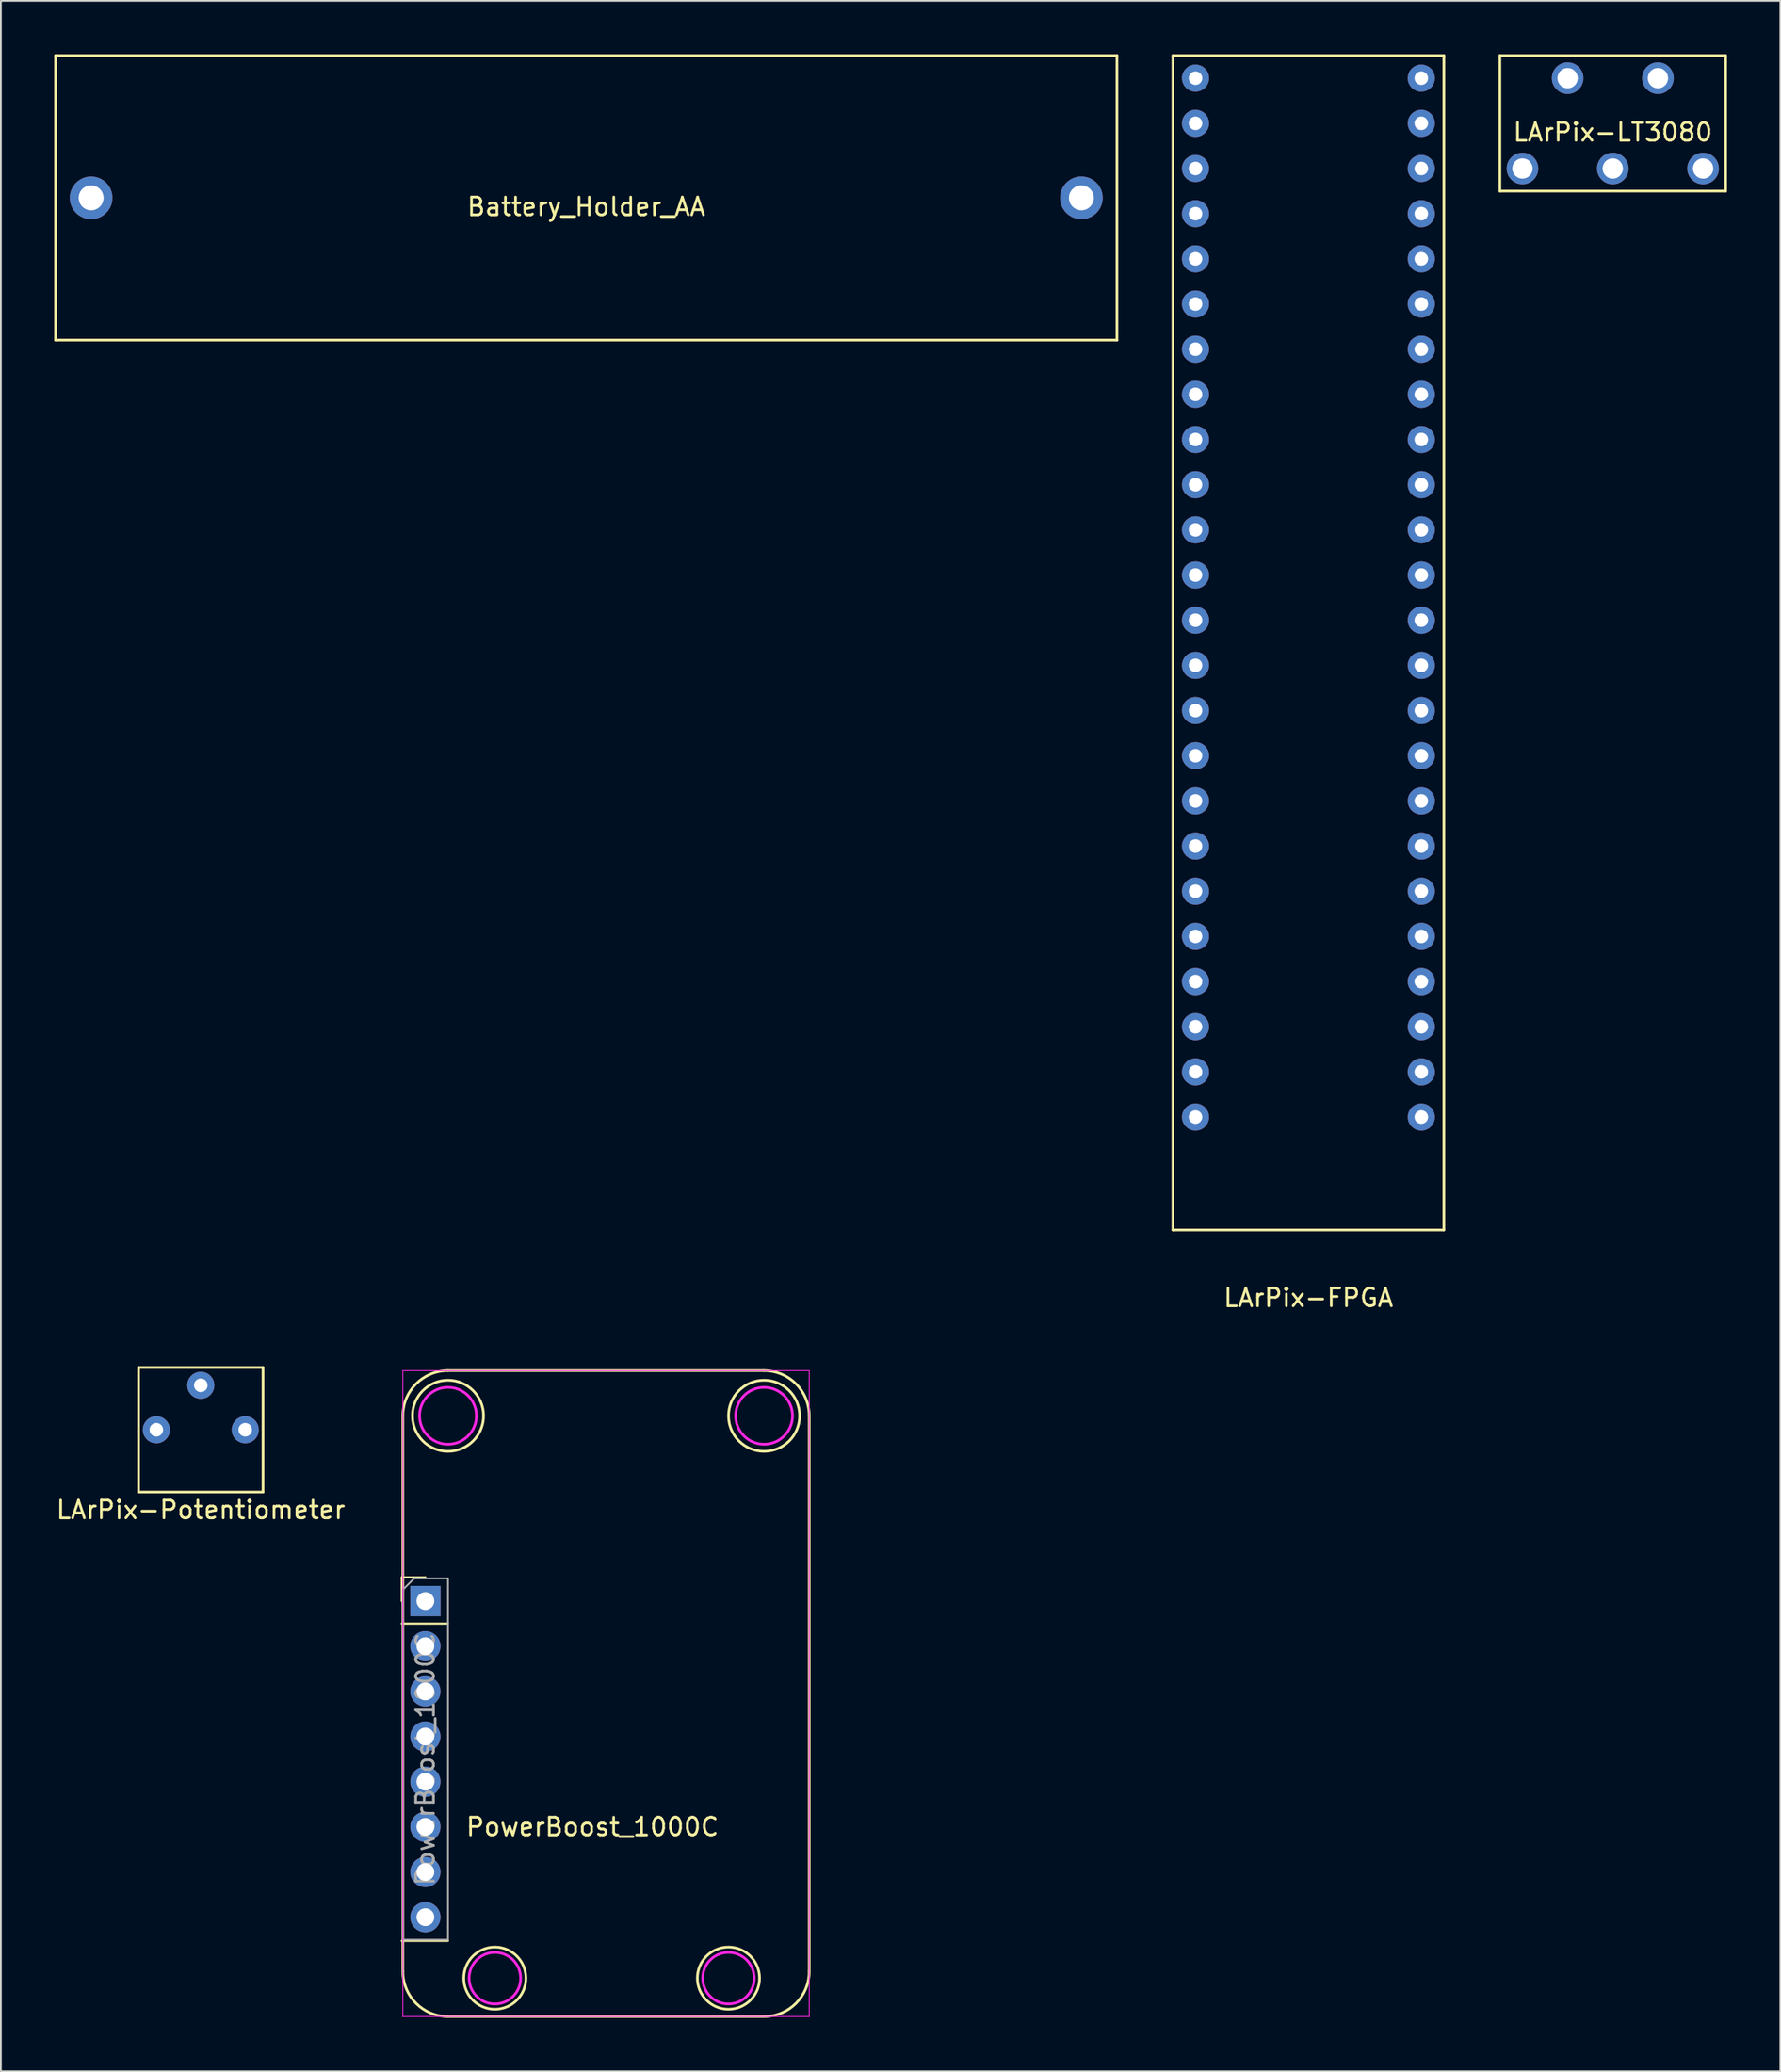
<source format=kicad_pcb>
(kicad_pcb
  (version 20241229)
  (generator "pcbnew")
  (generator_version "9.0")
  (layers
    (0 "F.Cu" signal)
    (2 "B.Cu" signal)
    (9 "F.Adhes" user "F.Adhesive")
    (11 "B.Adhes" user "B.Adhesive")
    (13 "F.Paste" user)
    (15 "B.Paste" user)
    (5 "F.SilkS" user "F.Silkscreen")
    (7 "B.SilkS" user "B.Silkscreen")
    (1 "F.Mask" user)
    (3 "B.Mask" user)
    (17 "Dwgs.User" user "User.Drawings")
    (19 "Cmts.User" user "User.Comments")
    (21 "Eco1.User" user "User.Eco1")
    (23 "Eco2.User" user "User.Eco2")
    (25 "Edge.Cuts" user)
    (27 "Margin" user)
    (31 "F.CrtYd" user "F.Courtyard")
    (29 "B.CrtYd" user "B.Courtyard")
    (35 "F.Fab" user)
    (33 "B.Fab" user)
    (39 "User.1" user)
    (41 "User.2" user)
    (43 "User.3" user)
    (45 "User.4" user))
  (footprint "LArPix-Potentiometer"
    (layer "F.Cu")
    (at 8.244 77.348)
    (property "Reference" "LArPix-Potentiometer" (at 0 4.5 0) (layer "F.SilkS") (effects (font (size 1 1) (thickness 0.15))))
    (attr through_hole)
    (fp_line (start -3.5 -3.5) (end 3.5 -3.5) (stroke (width 0.15) (type solid)) (layer "F.SilkS"))
    (fp_line (start -3.5 3.5) (end -3.5 -3.5) (stroke (width 0.15) (type solid)) (layer "F.SilkS"))
    (fp_line (start 3.5 -3.5) (end 3.5 3.5) (stroke (width 0.15) (type solid)) (layer "F.SilkS"))
    (fp_line (start 3.5 3.5) (end -3.5 3.5) (stroke (width 0.15) (type solid)) (layer "F.SilkS"))
    (pad "1" thru_hole circle (at -2.5 0) (size 1.524 1.524) (drill 0.762) (layers "*.Cu" "*.Mask"))
    (pad "2" thru_hole circle (at 0 -2.5) (size 1.524 1.524) (drill 0.762) (layers "*.Cu" "*.Mask"))
    (pad "3" thru_hole circle (at 2.5 0) (size 1.524 1.524) (drill 0.762) (layers "*.Cu" "*.Mask")))
  (footprint "LArPix-FPGA"
    (layer "F.Cu")
    (at 70.545 30.555)
    (property "Reference" "LArPix-FPGA" (at 0 39.37 0) (layer "F.SilkS") (effects (font (size 1 1) (thickness 0.15))))
    (attr through_hole)
    (fp_line (start -7.62 -30.48) (end 7.62 -30.48) (stroke (width 0.15) (type solid)) (layer "F.SilkS"))
    (fp_line (start -7.62 35.56) (end -7.62 -30.48) (stroke (width 0.15) (type solid)) (layer "F.SilkS"))
    (fp_line (start 7.62 -30.48) (end 7.62 35.56) (stroke (width 0.15) (type solid)) (layer "F.SilkS"))
    (fp_line (start 7.62 35.56) (end -7.62 35.56) (stroke (width 0.15) (type solid)) (layer "F.SilkS"))
    (pad "1" thru_hole circle (at 6.35 29.21) (size 1.524 1.524) (drill 0.762) (layers "*.Cu" "*.Mask"))
    (pad "2" thru_hole circle (at 6.35 26.67) (size 1.524 1.524) (drill 0.762) (layers "*.Cu" "*.Mask"))
    (pad "3" thru_hole circle (at 6.35 24.13) (size 1.524 1.524) (drill 0.762) (layers "*.Cu" "*.Mask"))
    (pad "4" thru_hole circle (at 6.35 21.59) (size 1.524 1.524) (drill 0.762) (layers "*.Cu" "*.Mask"))
    (pad "5" thru_hole circle (at 6.35 19.05) (size 1.524 1.524) (drill 0.762) (layers "*.Cu" "*.Mask"))
    (pad "6" thru_hole circle (at 6.35 16.51) (size 1.524 1.524) (drill 0.762) (layers "*.Cu" "*.Mask"))
    (pad "7" thru_hole circle (at 6.35 13.97) (size 1.524 1.524) (drill 0.762) (layers "*.Cu" "*.Mask"))
    (pad "8" thru_hole circle (at 6.35 11.43) (size 1.524 1.524) (drill 0.762) (layers "*.Cu" "*.Mask"))
    (pad "9" thru_hole circle (at 6.35 8.89) (size 1.524 1.524) (drill 0.762) (layers "*.Cu" "*.Mask"))
    (pad "10" thru_hole circle (at 6.35 6.35) (size 1.524 1.524) (drill 0.762) (layers "*.Cu" "*.Mask"))
    (pad "11" thru_hole circle (at 6.35 3.81) (size 1.524 1.524) (drill 0.762) (layers "*.Cu" "*.Mask"))
    (pad "12" thru_hole circle (at 6.35 1.27) (size 1.524 1.524) (drill 0.762) (layers "*.Cu" "*.Mask"))
    (pad "13" thru_hole circle (at 6.35 -1.27) (size 1.524 1.524) (drill 0.762) (layers "*.Cu" "*.Mask"))
    (pad "14" thru_hole circle (at 6.35 -3.81) (size 1.524 1.524) (drill 0.762) (layers "*.Cu" "*.Mask"))
    (pad "15" thru_hole circle (at 6.35 -6.35) (size 1.524 1.524) (drill 0.762) (layers "*.Cu" "*.Mask"))
    (pad "16" thru_hole circle (at 6.35 -8.89) (size 1.524 1.524) (drill 0.762) (layers "*.Cu" "*.Mask"))
    (pad "17" thru_hole circle (at 6.35 -11.43) (size 1.524 1.524) (drill 0.762) (layers "*.Cu" "*.Mask"))
    (pad "18" thru_hole circle (at 6.35 -13.97) (size 1.524 1.524) (drill 0.762) (layers "*.Cu" "*.Mask"))
    (pad "19" thru_hole circle (at 6.35 -16.51) (size 1.524 1.524) (drill 0.762) (layers "*.Cu" "*.Mask"))
    (pad "20" thru_hole circle (at 6.35 -19.05) (size 1.524 1.524) (drill 0.762) (layers "*.Cu" "*.Mask"))
    (pad "21" thru_hole circle (at 6.35 -21.59) (size 1.524 1.524) (drill 0.762) (layers "*.Cu" "*.Mask"))
    (pad "22" thru_hole circle (at 6.35 -24.13) (size 1.524 1.524) (drill 0.762) (layers "*.Cu" "*.Mask"))
    (pad "23" thru_hole circle (at 6.35 -26.67) (size 1.524 1.524) (drill 0.762) (layers "*.Cu" "*.Mask"))
    (pad "24" thru_hole circle (at 6.35 -29.21) (size 1.524 1.524) (drill 0.762) (layers "*.Cu" "*.Mask"))
    (pad "25" thru_hole circle (at -6.35 -29.21) (size 1.524 1.524) (drill 0.762) (layers "*.Cu" "*.Mask"))
    (pad "26" thru_hole circle (at -6.35 -26.67) (size 1.524 1.524) (drill 0.762) (layers "*.Cu" "*.Mask"))
    (pad "27" thru_hole circle (at -6.35 -24.13) (size 1.524 1.524) (drill 0.762) (layers "*.Cu" "*.Mask"))
    (pad "28" thru_hole circle (at -6.35 -21.59) (size 1.524 1.524) (drill 0.762) (layers "*.Cu" "*.Mask"))
    (pad "29" thru_hole circle (at -6.35 -19.05) (size 1.524 1.524) (drill 0.762) (layers "*.Cu" "*.Mask"))
    (pad "30" thru_hole circle (at -6.35 -16.51) (size 1.524 1.524) (drill 0.762) (layers "*.Cu" "*.Mask"))
    (pad "31" thru_hole circle (at -6.35 -13.97) (size 1.524 1.524) (drill 0.762) (layers "*.Cu" "*.Mask"))
    (pad "32" thru_hole circle (at -6.35 -11.43) (size 1.524 1.524) (drill 0.762) (layers "*.Cu" "*.Mask"))
    (pad "33" thru_hole circle (at -6.35 -8.89) (size 1.524 1.524) (drill 0.762) (layers "*.Cu" "*.Mask"))
    (pad "34" thru_hole circle (at -6.35 -6.35) (size 1.524 1.524) (drill 0.762) (layers "*.Cu" "*.Mask"))
    (pad "35" thru_hole circle (at -6.35 -3.81) (size 1.524 1.524) (drill 0.762) (layers "*.Cu" "*.Mask"))
    (pad "36" thru_hole circle (at -6.35 -1.27) (size 1.524 1.524) (drill 0.762) (layers "*.Cu" "*.Mask"))
    (pad "37" thru_hole circle (at -6.35 1.27) (size 1.524 1.524) (drill 0.762) (layers "*.Cu" "*.Mask"))
    (pad "38" thru_hole circle (at -6.35 3.81) (size 1.524 1.524) (drill 0.762) (layers "*.Cu" "*.Mask"))
    (pad "39" thru_hole circle (at -6.35 6.35) (size 1.524 1.524) (drill 0.762) (layers "*.Cu" "*.Mask"))
    (pad "40" thru_hole circle (at -6.35 8.89) (size 1.524 1.524) (drill 0.762) (layers "*.Cu" "*.Mask"))
    (pad "41" thru_hole circle (at -6.35 11.43) (size 1.524 1.524) (drill 0.762) (layers "*.Cu" "*.Mask"))
    (pad "42" thru_hole circle (at -6.35 13.97) (size 1.524 1.524) (drill 0.762) (layers "*.Cu" "*.Mask"))
    (pad "43" thru_hole circle (at -6.35 16.51) (size 1.524 1.524) (drill 0.762) (layers "*.Cu" "*.Mask"))
    (pad "44" thru_hole circle (at -6.35 19.05) (size 1.524 1.524) (drill 0.762) (layers "*.Cu" "*.Mask"))
    (pad "45" thru_hole circle (at -6.35 21.59) (size 1.524 1.524) (drill 0.762) (layers "*.Cu" "*.Mask"))
    (pad "46" thru_hole circle (at -6.35 24.13) (size 1.524 1.524) (drill 0.762) (layers "*.Cu" "*.Mask"))
    (pad "47" thru_hole circle (at -6.35 26.67) (size 1.524 1.524) (drill 0.762) (layers "*.Cu" "*.Mask"))
    (pad "48" thru_hole circle (at -6.35 29.21) (size 1.524 1.524) (drill 0.762) (layers "*.Cu" "*.Mask")))
  (footprint "Battery_Holder_AA"
    (layer "F.Cu")
    (at 29.925 8.075)
    (property "Reference" "Battery_Holder_AA" (at 0 0.5 0) (layer "F.SilkS") (effects (font (size 1 1) (thickness 0.15))))
    (attr through_hole)
    (fp_line (start -29.85 -8) (end 29.85 -8) (stroke (width 0.15) (type solid)) (layer "F.SilkS"))
    (fp_line (start -29.85 8) (end -29.85 -8) (stroke (width 0.15) (type solid)) (layer "F.SilkS"))
    (fp_line (start 29.85 -8) (end 29.85 8) (stroke (width 0.15) (type solid)) (layer "F.SilkS"))
    (fp_line (start 29.85 8) (end -29.85 8) (stroke (width 0.15) (type solid)) (layer "F.SilkS"))
    (pad "1" thru_hole circle (at -27.85 0) (size 2.4 2.4) (drill 1.4) (layers "*.Cu" "*.Mask"))
    (pad "2" thru_hole circle (at 27.85 0) (size 2.4 2.4) (drill 1.4) (layers "*.Cu" "*.Mask")))
  (footprint "LArPix-LT3080"
    (layer "F.Cu")
    (at 87.665 3.885)
    (property "Reference" "LArPix-LT3080" (at 0 0.5 0) (layer "F.SilkS") (effects (font (size 1 1) (thickness 0.15))))
    (attr through_hole)
    (fp_line (start -6.35 -3.81) (end 6.35 -3.81) (stroke (width 0.15) (type solid)) (layer "F.SilkS"))
    (fp_line (start -6.35 3.81) (end -6.35 -3.81) (stroke (width 0.15) (type solid)) (layer "F.SilkS"))
    (fp_line (start 6.35 -3.81) (end 6.35 3.81) (stroke (width 0.15) (type solid)) (layer "F.SilkS"))
    (fp_line (start 6.35 3.81) (end -6.35 3.81) (stroke (width 0.15) (type solid)) (layer "F.SilkS"))
    (pad "1" thru_hole circle (at 5.08 2.54) (size 1.778 1.778) (drill 1.143) (layers "*.Cu" "*.Mask"))
    (pad "2" thru_hole circle (at 2.54 -2.54) (size 1.778 1.778) (drill 1.143) (layers "*.Cu" "*.Mask"))
    (pad "3" thru_hole circle (at 0 2.54) (size 1.778 1.778) (drill 1.143) (layers "*.Cu" "*.Mask"))
    (pad "4" thru_hole circle (at -2.54 -2.54) (size 1.778 1.778) (drill 1.143) (layers "*.Cu" "*.Mask"))
    (pad "5" thru_hole circle (at -5.08 2.54) (size 1.778 1.778) (drill 1.143) (layers "*.Cu" "*.Mask")))
  (footprint "PowerBoost_1000C"
    (layer "F.Cu")
    (at 42.468 74.023)
    (property "Reference" "PowerBoost_1000C" (at -12.192 25.654 0) (layer "F.SilkS") (effects (font (size 1 1) (thickness 0.15))))
    (attr through_hole)
    (fp_line (start -22.92 11.624) (end -21.59 11.624) (stroke (width 0.12) (type solid)) (layer "F.SilkS"))
    (fp_line (start -22.92 12.954) (end -22.92 11.624) (stroke (width 0.12) (type solid)) (layer "F.SilkS"))
    (fp_line (start -22.92 14.224) (end -20.32 14.224) (stroke (width 0.12) (type solid)) (layer "F.SilkS"))
    (fp_line (start -22.92 32.064) (end -20.32 32.064) (stroke (width 0.12) (type solid)) (layer "F.SilkS"))
    (fp_line (start -22.86 33.782) (end -22.86 2.54) (stroke (width 0.15) (type solid)) (layer "F.SilkS"))
    (fp_line (start -20.32 0) (end -2.54 0) (stroke (width 0.15) (type solid)) (layer "F.SilkS"))
    (fp_line (start -20.32 36.322) (end -2.54 36.322) (stroke (width 0.15) (type solid)) (layer "F.SilkS"))
    (fp_line (start 0 2.54) (end 0 33.782) (stroke (width 0.15) (type solid)) (layer "F.SilkS"))
    (fp_arc (start -22.86 2.54) (mid -22.116051 0.743949) (end -20.32 0) (stroke (width 0.15) (type solid)) (layer "F.SilkS"))
    (fp_arc (start -20.32 36.322) (mid -22.116051 35.578051) (end -22.86 33.782) (stroke (width 0.15) (type solid)) (layer "F.SilkS"))
    (fp_arc (start -2.54 0) (mid -0.743949 0.743949) (end 0 2.54) (stroke (width 0.15) (type solid)) (layer "F.SilkS"))
    (fp_arc (start 0 33.782) (mid -0.743949 35.578051) (end -2.54 36.322) (stroke (width 0.15) (type solid)) (layer "F.SilkS"))
    (fp_circle (center -20.32 2.54) (end -18.32 2.54) (stroke (width 0.15) (type solid)) (fill no) (layer "F.SilkS"))
    (fp_circle (center -17.683 34.163) (end -17.683 35.912) (stroke (width 0.15) (type solid)) (fill no) (layer "F.SilkS"))
    (fp_circle (center -4.544 34.163) (end -4.544 35.912) (stroke (width 0.15) (type solid)) (fill no) (layer "F.SilkS"))
    (fp_circle (center -2.54 2.54) (end -0.54 2.54) (stroke (width 0.15) (type solid)) (fill no) (layer "F.SilkS"))
    (fp_line (start -22.86 0) (end 0 0) (stroke (width 0.05) (type solid)) (layer "F.CrtYd"))
    (fp_line (start -22.86 36.322) (end -22.86 0) (stroke (width 0.05) (type solid)) (layer "F.CrtYd"))
    (fp_line (start 0 36.322) (end -22.86 36.322) (stroke (width 0.05) (type solid)) (layer "F.CrtYd"))
    (fp_line (start 0 36.322) (end 0 0) (stroke (width 0.05) (type solid)) (layer "F.CrtYd"))
    (fp_circle (center -20.32 2.54) (end -20.32 0.94) (stroke (width 0.15) (type solid)) (fill no) (layer "F.CrtYd"))
    (fp_circle (center -17.683 34.163) (end -17.683 35.612) (stroke (width 0.15) (type solid)) (fill no) (layer "F.CrtYd"))
    (fp_circle (center -4.544 34.163) (end -4.544 35.612) (stroke (width 0.15) (type solid)) (fill no) (layer "F.CrtYd"))
    (fp_circle (center -2.54 2.54) (end -2.54 0.94) (stroke (width 0.15) (type solid)) (fill no) (layer "F.CrtYd"))
    (fp_line (start -22.86 12.319) (end -22.225 11.684) (stroke (width 0.1) (type solid)) (layer "F.Fab"))
    (fp_line (start -22.86 32.004) (end -22.86 12.319) (stroke (width 0.1) (type solid)) (layer "F.Fab"))
    (fp_line (start -22.225 11.684) (end -20.32 11.684) (stroke (width 0.1) (type solid)) (layer "F.Fab"))
    (fp_line (start -20.32 11.684) (end -20.32 32.004) (stroke (width 0.1) (type solid)) (layer "F.Fab"))
    (fp_line (start -20.32 32.004) (end -22.86 32.004) (stroke (width 0.1) (type solid)) (layer "F.Fab"))
    (fp_text user "${REFERENCE}" (at -21.59 21.844 90) (layer "F.Fab") (effects (font (size 1 1) (thickness 0.15))))
    (pad "1" thru_hole rect (at -21.59 12.954) (size 1.7 1.7) (drill 1) (layers "*.Cu" "*.Mask"))
    (pad "2" thru_hole oval (at -21.59 15.494) (size 1.7 1.7) (drill 1) (layers "*.Cu" "*.Mask"))
    (pad "3" thru_hole oval (at -21.59 18.034) (size 1.7 1.7) (drill 1) (layers "*.Cu" "*.Mask"))
    (pad "4" thru_hole oval (at -21.59 20.574) (size 1.7 1.7) (drill 1) (layers "*.Cu" "*.Mask"))
    (pad "5" thru_hole oval (at -21.59 23.114) (size 1.7 1.7) (drill 1) (layers "*.Cu" "*.Mask"))
    (pad "6" thru_hole oval (at -21.59 25.654) (size 1.7 1.7) (drill 1) (layers "*.Cu" "*.Mask"))
    (pad "7" thru_hole oval (at -21.59 28.194) (size 1.7 1.7) (drill 1) (layers "*.Cu" "*.Mask"))
    (pad "8" thru_hole oval (at -21.59 30.734) (size 1.7 1.7) (drill 1) (layers "*.Cu" "*.Mask")))
  (gr_rect
    (start -3 -3)
    (end 97.09 113.42)
    (stroke (width 0.1) (type default))
    (fill no)
    (layer "Edge.Cuts")))
</source>
